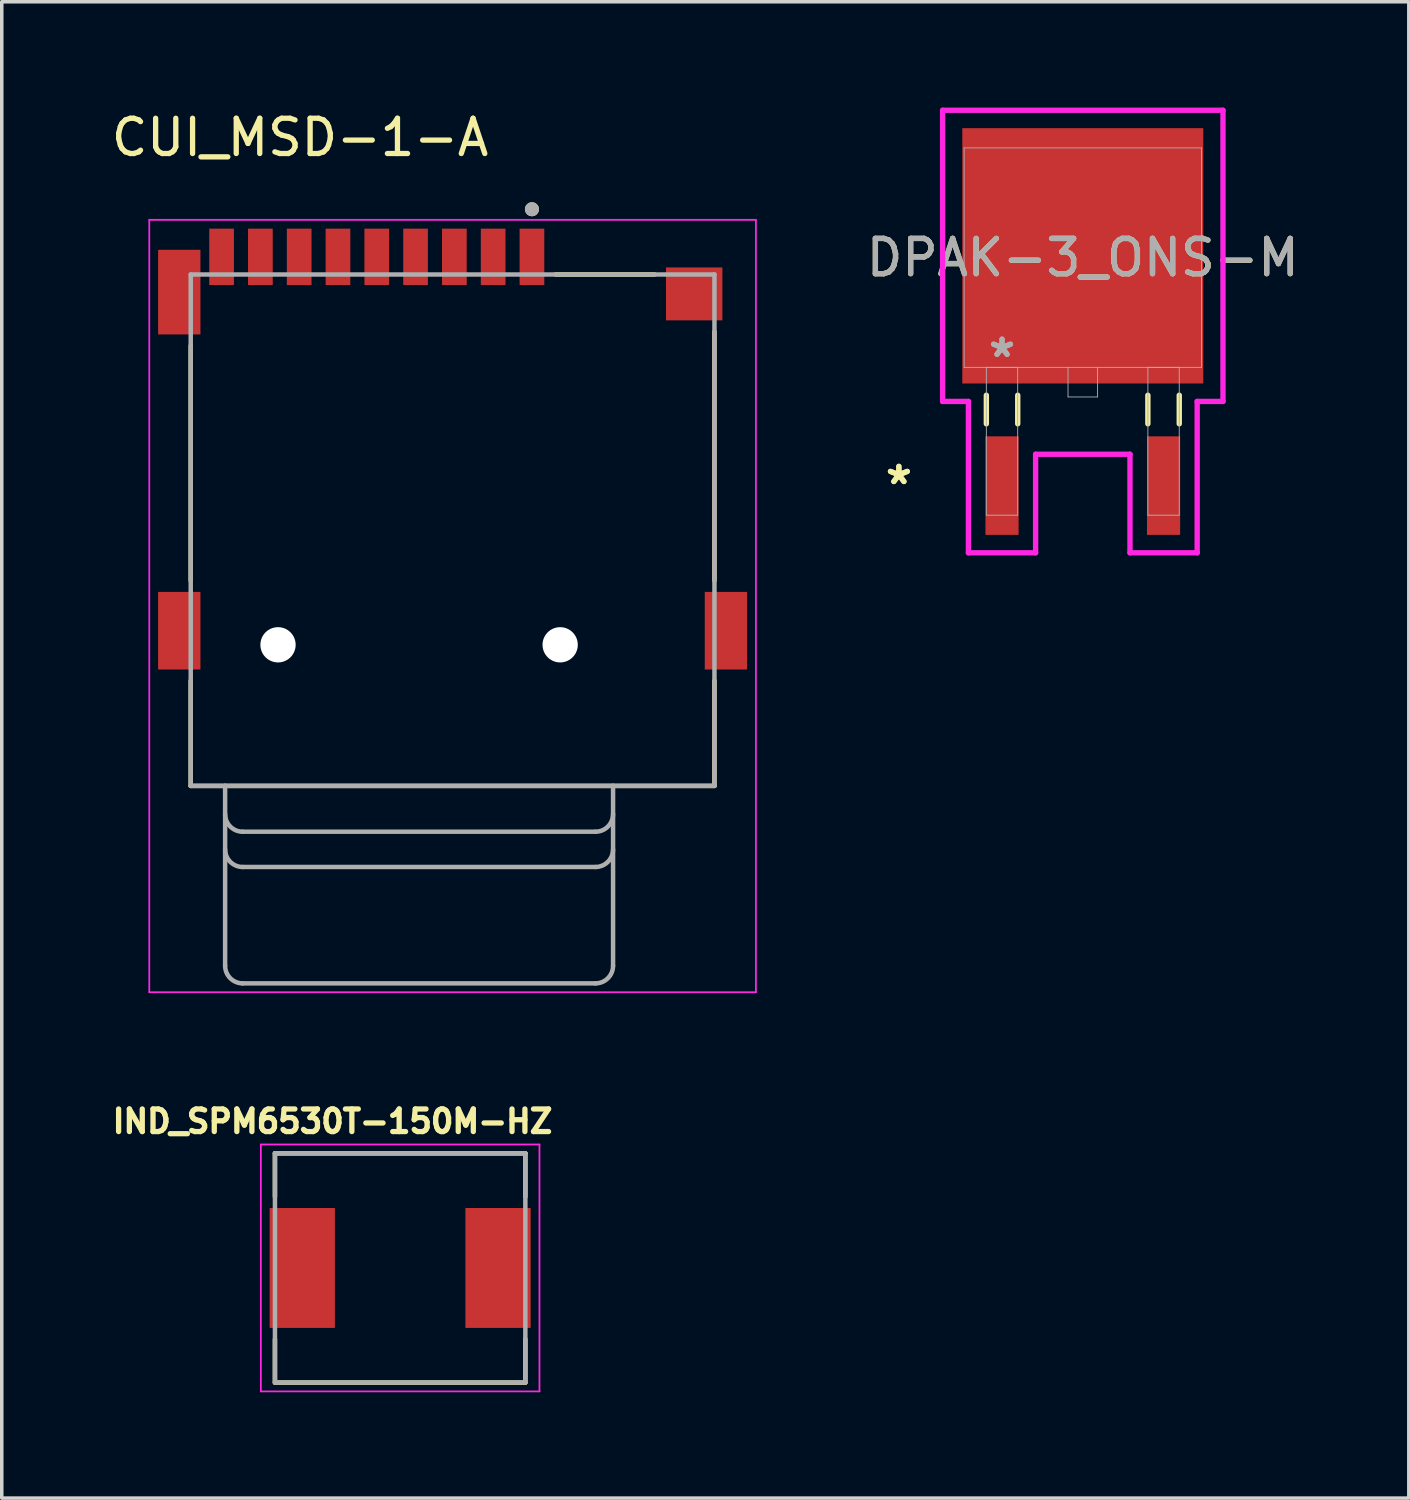
<source format=kicad_pcb>
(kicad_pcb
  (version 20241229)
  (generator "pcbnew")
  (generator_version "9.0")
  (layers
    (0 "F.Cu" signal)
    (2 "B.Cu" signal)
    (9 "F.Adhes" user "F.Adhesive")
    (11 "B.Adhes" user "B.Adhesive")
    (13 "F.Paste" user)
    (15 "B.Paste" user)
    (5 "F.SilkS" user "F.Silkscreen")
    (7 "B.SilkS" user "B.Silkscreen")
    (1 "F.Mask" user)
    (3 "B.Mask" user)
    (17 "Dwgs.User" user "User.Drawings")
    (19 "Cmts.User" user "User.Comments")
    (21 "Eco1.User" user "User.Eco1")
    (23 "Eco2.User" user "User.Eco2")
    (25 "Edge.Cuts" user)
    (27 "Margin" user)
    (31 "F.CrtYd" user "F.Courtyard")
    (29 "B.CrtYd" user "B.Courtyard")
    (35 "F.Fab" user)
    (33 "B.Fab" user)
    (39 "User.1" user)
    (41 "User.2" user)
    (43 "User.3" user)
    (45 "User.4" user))
  (footprint "IND_SPM6530T-150M-HZ"
    (layer "F.Cu")
    (at 8.296 32.902)
    (property "Reference" "IND_SPM6530T-150M-HZ" (at -1.918 -4.156 0) (layer "F.SilkS") (effects (font (size 0.64 0.64) (thickness 0.15))))
    (attr smd)
    (fp_line (start -3.55 -3.25) (end -3.55 -2.02) (stroke (width 0.127) (type solid)) (layer "F.SilkS"))
    (fp_line (start -3.55 -3.25) (end 3.55 -3.25) (stroke (width 0.127) (type solid)) (layer "F.SilkS"))
    (fp_line (start -3.55 3.25) (end -3.55 2.02) (stroke (width 0.127) (type solid)) (layer "F.SilkS"))
    (fp_line (start -3.55 3.25) (end 3.55 3.25) (stroke (width 0.127) (type solid)) (layer "F.SilkS"))
    (fp_line (start 3.55 -3.25) (end 3.55 -2.02) (stroke (width 0.127) (type solid)) (layer "F.SilkS"))
    (fp_line (start 3.55 3.25) (end 3.55 2.02) (stroke (width 0.127) (type solid)) (layer "F.SilkS"))
    (fp_line (start -3.95 -3.5) (end -3.95 3.5) (stroke (width 0.05) (type solid)) (layer "F.CrtYd"))
    (fp_line (start -3.95 3.5) (end 3.95 3.5) (stroke (width 0.05) (type solid)) (layer "F.CrtYd"))
    (fp_line (start 3.95 -3.5) (end -3.95 -3.5) (stroke (width 0.05) (type solid)) (layer "F.CrtYd"))
    (fp_line (start 3.95 3.5) (end 3.95 -3.5) (stroke (width 0.05) (type solid)) (layer "F.CrtYd"))
    (fp_line (start -3.55 -3.25) (end -3.55 3.25) (stroke (width 0.127) (type solid)) (layer "F.Fab"))
    (fp_line (start -3.55 -3.25) (end 3.55 -3.25) (stroke (width 0.127) (type solid)) (layer "F.Fab"))
    (fp_line (start -3.55 3.25) (end 3.55 3.25) (stroke (width 0.127) (type solid)) (layer "F.Fab"))
    (fp_line (start 3.55 -3.25) (end 3.55 3.25) (stroke (width 0.127) (type solid)) (layer "F.Fab"))
    (pad "1" smd rect (at -2.775 0) (size 1.85 3.4) (layers "F.Cu" "F.Mask" "F.Paste"))
    (pad "2" smd rect (at 2.775 0) (size 1.85 3.4) (layers "F.Cu" "F.Mask" "F.Paste")))
  (footprint "CUI_MSD-1-A"
    (layer "F.Cu")
    (at 9.783 11.983)
    (property "Reference" "CUI_MSD-1-A" (at -4.325 -11.135 0) (layer "F.SilkS") (effects (font (size 1 1) (thickness 0.15))))
    (attr smd)
    (fp_line (start -7.425 -5.23) (end -7.425 1.43) (stroke (width 0.127) (type solid)) (layer "F.SilkS"))
    (fp_line (start -7.425 4.27) (end -7.425 7.25) (stroke (width 0.127) (type solid)) (layer "F.SilkS"))
    (fp_line (start -7.425 7.25) (end 7.425 7.25) (stroke (width 0.127) (type solid)) (layer "F.SilkS"))
    (fp_line (start 5.73 -7.25) (end 2.92 -7.25) (stroke (width 0.127) (type solid)) (layer "F.SilkS"))
    (fp_line (start 7.425 -5.63) (end 7.425 1.43) (stroke (width 0.127) (type solid)) (layer "F.SilkS"))
    (fp_line (start 7.425 4.27) (end 7.425 7.25) (stroke (width 0.127) (type solid)) (layer "F.SilkS"))
    (fp_circle (center 2.25 -9.1) (end 2.35 -9.1) (stroke (width 0.2) (type solid)) (fill no) (layer "F.SilkS"))
    (fp_line (start -8.6 -8.8) (end 8.6 -8.8) (stroke (width 0.05) (type solid)) (layer "F.CrtYd"))
    (fp_line (start -8.6 13.1) (end -8.6 -8.8) (stroke (width 0.05) (type solid)) (layer "F.CrtYd"))
    (fp_line (start 8.6 -8.8) (end 8.6 13.1) (stroke (width 0.05) (type solid)) (layer "F.CrtYd"))
    (fp_line (start 8.6 13.1) (end -8.6 13.1) (stroke (width 0.05) (type solid)) (layer "F.CrtYd"))
    (fp_line (start -7.425 -7.25) (end -7.425 7.25) (stroke (width 0.127) (type solid)) (layer "F.Fab"))
    (fp_line (start -7.425 7.25) (end -6.45 7.25) (stroke (width 0.127) (type solid)) (layer "F.Fab"))
    (fp_line (start -6.45 7.25) (end -6.45 12.35) (stroke (width 0.127) (type solid)) (layer "F.Fab"))
    (fp_line (start -6.45 7.25) (end 4.55 7.25) (stroke (width 0.127) (type solid)) (layer "F.Fab"))
    (fp_line (start -5.95 8.55) (end 4.05 8.55) (stroke (width 0.127) (type solid)) (layer "F.Fab"))
    (fp_line (start -5.95 9.55) (end 4.05 9.55) (stroke (width 0.127) (type solid)) (layer "F.Fab"))
    (fp_line (start -5.95 12.85) (end 4.05 12.85) (stroke (width 0.127) (type solid)) (layer "F.Fab"))
    (fp_line (start 4.55 7.25) (end 7.425 7.25) (stroke (width 0.127) (type solid)) (layer "F.Fab"))
    (fp_line (start 4.55 12.35) (end 4.55 7.25) (stroke (width 0.127) (type solid)) (layer "F.Fab"))
    (fp_line (start 7.425 -7.25) (end -7.425 -7.25) (stroke (width 0.127) (type solid)) (layer "F.Fab"))
    (fp_line (start 7.425 7.25) (end 7.425 -7.25) (stroke (width 0.127) (type solid)) (layer "F.Fab"))
    (fp_arc (start -5.95 8.55) (mid -6.303553 8.403553) (end -6.45 8.05) (stroke (width 0.127) (type solid)) (layer "F.Fab"))
    (fp_arc (start -5.95 9.55) (mid -6.303553 9.403553) (end -6.45 9.05) (stroke (width 0.127) (type solid)) (layer "F.Fab"))
    (fp_arc (start -5.95 12.85) (mid -6.303553 12.703553) (end -6.45 12.35) (stroke (width 0.127) (type solid)) (layer "F.Fab"))
    (fp_arc (start 4.55 8.05) (mid 4.403553 8.403553) (end 4.05 8.55) (stroke (width 0.127) (type solid)) (layer "F.Fab"))
    (fp_arc (start 4.55 9.05) (mid 4.403553 9.403553) (end 4.05 9.55) (stroke (width 0.127) (type solid)) (layer "F.Fab"))
    (fp_arc (start 4.55 12.35) (mid 4.403553 12.703553) (end 4.05 12.85) (stroke (width 0.127) (type solid)) (layer "F.Fab"))
    (fp_circle (center 2.25 -9.1) (end 2.35 -9.1) (stroke (width 0.2) (type solid)) (fill no) (layer "F.Fab"))
    (pad "" np_thru_hole circle (at -4.95 3.25) (size 1 1) (drill 1) (layers "*.Cu" "*.Mask"))
    (pad "" np_thru_hole circle (at 3.05 3.25) (size 1 1) (drill 1) (layers "*.Cu" "*.Mask"))
    (pad "1" smd rect (at 2.25 -7.75) (size 0.7 1.6) (layers "F.Cu" "F.Mask" "F.Paste"))
    (pad "2" smd rect (at 1.15 -7.75) (size 0.7 1.6) (layers "F.Cu" "F.Mask" "F.Paste"))
    (pad "3" smd rect (at 0.05 -7.75) (size 0.7 1.6) (layers "F.Cu" "F.Mask" "F.Paste"))
    (pad "4" smd rect (at -1.05 -7.75) (size 0.7 1.6) (layers "F.Cu" "F.Mask" "F.Paste"))
    (pad "5" smd rect (at -2.15 -7.75) (size 0.7 1.6) (layers "F.Cu" "F.Mask" "F.Paste"))
    (pad "6" smd rect (at -3.25 -7.75) (size 0.7 1.6) (layers "F.Cu" "F.Mask" "F.Paste"))
    (pad "7" smd rect (at -4.35 -7.75) (size 0.7 1.6) (layers "F.Cu" "F.Mask" "F.Paste"))
    (pad "8" smd rect (at -5.45 -7.75) (size 0.7 1.6) (layers "F.Cu" "F.Mask" "F.Paste"))
    (pad "CD" smd rect (at -6.55 -7.75) (size 0.7 1.6) (layers "F.Cu" "F.Mask" "F.Paste"))
    (pad "G1" smd rect (at -7.75 -6.75) (size 1.2 2.4) (layers "F.Cu" "F.Mask" "F.Paste"))
    (pad "G2" smd rect (at 6.85 -6.7) (size 1.6 1.5) (layers "F.Cu" "F.Mask" "F.Paste"))
    (pad "G3" smd rect (at -7.75 2.85) (size 1.2 2.2) (layers "F.Cu" "F.Mask" "F.Paste"))
    (pad "G4" smd rect (at 7.75 2.85) (size 1.2 2.2) (layers "F.Cu" "F.Mask" "F.Paste")))
  (footprint "DPAK-3_ONS-M"
    (layer "F.Cu")
    (at 27.652 4.255)
    (property "Reference" "DPAK-3_ONS-M" (at 0 0 0) (unlocked yes) (layer "F.SilkS") (effects (font (size 1 1) (thickness 0.15))))
    (attr smd)
    (fp_line (start -2.735 3.901) (end -2.735 4.712) (stroke (width 0.152) (type solid)) (layer "F.SilkS"))
    (fp_line (start -1.845 3.901) (end -1.845 4.712) (stroke (width 0.152) (type solid)) (layer "F.SilkS"))
    (fp_line (start 1.845 3.901) (end 1.845 4.712) (stroke (width 0.152) (type solid)) (layer "F.SilkS"))
    (fp_line (start 2.735 3.901) (end 2.735 4.712) (stroke (width 0.152) (type solid)) (layer "F.SilkS"))
    (fp_line (start -3.975 -4.178) (end 3.975 -4.178) (stroke (width 0.152) (type solid)) (layer "F.CrtYd"))
    (fp_line (start -3.975 4.077) (end -3.975 -4.178) (stroke (width 0.152) (type solid)) (layer "F.CrtYd"))
    (fp_line (start -3.243 4.077) (end -3.975 4.077) (stroke (width 0.152) (type solid)) (layer "F.CrtYd"))
    (fp_line (start -3.243 8.369) (end -3.243 4.077) (stroke (width 0.152) (type solid)) (layer "F.CrtYd"))
    (fp_line (start -1.338 5.575) (end -1.338 8.369) (stroke (width 0.152) (type solid)) (layer "F.CrtYd"))
    (fp_line (start -1.338 8.369) (end -3.243 8.369) (stroke (width 0.152) (type solid)) (layer "F.CrtYd"))
    (fp_line (start 1.338 5.575) (end -1.338 5.575) (stroke (width 0.152) (type solid)) (layer "F.CrtYd"))
    (fp_line (start 1.338 8.369) (end 1.338 5.575) (stroke (width 0.152) (type solid)) (layer "F.CrtYd"))
    (fp_line (start 3.243 4.077) (end 3.243 8.369) (stroke (width 0.152) (type solid)) (layer "F.CrtYd"))
    (fp_line (start 3.243 8.369) (end 1.338 8.369) (stroke (width 0.152) (type solid)) (layer "F.CrtYd"))
    (fp_line (start 3.975 -4.178) (end 3.975 4.077) (stroke (width 0.152) (type solid)) (layer "F.CrtYd"))
    (fp_line (start 3.975 4.077) (end 3.243 4.077) (stroke (width 0.152) (type solid)) (layer "F.CrtYd"))
    (fp_line (start -3.365 -3.111) (end -3.365 3.111) (stroke (width 0.025) (type solid)) (layer "F.Fab"))
    (fp_line (start -3.365 3.111) (end 3.365 3.111) (stroke (width 0.025) (type solid)) (layer "F.Fab"))
    (fp_line (start -2.735 3.111) (end -2.735 7.303) (stroke (width 0.025) (type solid)) (layer "F.Fab"))
    (fp_line (start -2.735 7.303) (end -1.846 7.303) (stroke (width 0.025) (type solid)) (layer "F.Fab"))
    (fp_line (start -1.846 3.111) (end -2.735 3.111) (stroke (width 0.025) (type solid)) (layer "F.Fab"))
    (fp_line (start -1.846 7.303) (end -1.846 3.111) (stroke (width 0.025) (type solid)) (layer "F.Fab"))
    (fp_line (start -0.419 3.111) (end -0.419 3.95) (stroke (width 0.025) (type solid)) (layer "F.Fab"))
    (fp_line (start -0.419 3.95) (end 0.419 3.95) (stroke (width 0.025) (type solid)) (layer "F.Fab"))
    (fp_line (start 0.419 3.95) (end 0.419 3.111) (stroke (width 0.025) (type solid)) (layer "F.Fab"))
    (fp_line (start 1.846 3.111) (end 1.846 7.303) (stroke (width 0.025) (type solid)) (layer "F.Fab"))
    (fp_line (start 1.846 7.303) (end 2.735 7.303) (stroke (width 0.025) (type solid)) (layer "F.Fab"))
    (fp_line (start 2.735 3.111) (end 1.846 3.111) (stroke (width 0.025) (type solid)) (layer "F.Fab"))
    (fp_line (start 2.735 7.303) (end 2.735 3.111) (stroke (width 0.025) (type solid)) (layer "F.Fab"))
    (fp_line (start 3.365 -3.111) (end -3.365 -3.111) (stroke (width 0.025) (type solid)) (layer "F.Fab"))
    (fp_line (start 3.365 3.111) (end 3.365 -3.111) (stroke (width 0.025) (type solid)) (layer "F.Fab"))
    (fp_text user "*" (at -5.215 6.464 0) (unlocked yes) (layer "F.SilkS") (effects (font (size 1 1) (thickness 0.15))))
    (fp_text user "*" (at -5.215 6.464 0) (layer "F.SilkS") (effects (font (size 1 1) (thickness 0.15))))
    (fp_text user "${REFERENCE}" (at 0 0 0) (unlocked yes) (layer "F.Fab") (effects (font (size 1 1) (thickness 0.15))))
    (fp_text user "*" (at -2.29 2.857 0) (unlocked yes) (layer "F.Fab") (effects (font (size 1 1) (thickness 0.15))))
    (fp_text user "*" (at -2.29 2.857 0) (layer "F.Fab") (effects (font (size 1 1) (thickness 0.15))))
    (pad "1" smd rect (at -2.29 6.464) (size 0.94 2.794) (layers "F.Cu" "F.Mask" "F.Paste"))
    (pad "2" smd rect (at 0 -0.051) (size 6.833 7.239) (layers "F.Cu" "F.Mask" "F.Paste"))
    (pad "3" smd rect (at 2.29 6.464) (size 0.94 2.794) (layers "F.Cu" "F.Mask" "F.Paste")))
  (gr_rect
    (start -3 -3)
    (end 36.896 39.427)
    (stroke (width 0.1) (type default))
    (fill no)
    (layer "Edge.Cuts")))
</source>
